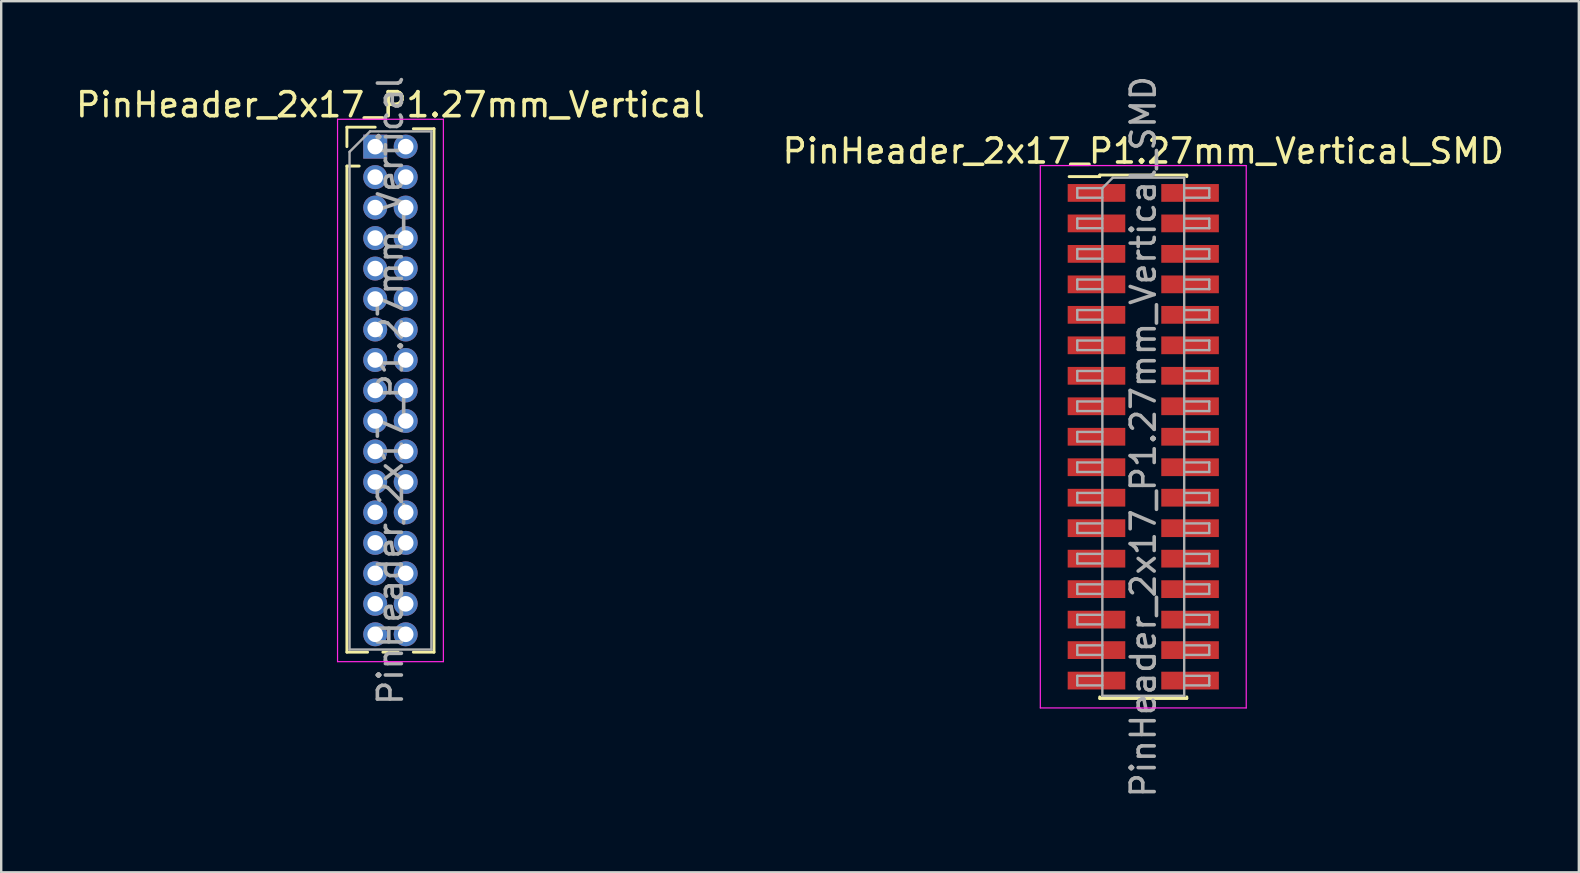
<source format=kicad_pcb>
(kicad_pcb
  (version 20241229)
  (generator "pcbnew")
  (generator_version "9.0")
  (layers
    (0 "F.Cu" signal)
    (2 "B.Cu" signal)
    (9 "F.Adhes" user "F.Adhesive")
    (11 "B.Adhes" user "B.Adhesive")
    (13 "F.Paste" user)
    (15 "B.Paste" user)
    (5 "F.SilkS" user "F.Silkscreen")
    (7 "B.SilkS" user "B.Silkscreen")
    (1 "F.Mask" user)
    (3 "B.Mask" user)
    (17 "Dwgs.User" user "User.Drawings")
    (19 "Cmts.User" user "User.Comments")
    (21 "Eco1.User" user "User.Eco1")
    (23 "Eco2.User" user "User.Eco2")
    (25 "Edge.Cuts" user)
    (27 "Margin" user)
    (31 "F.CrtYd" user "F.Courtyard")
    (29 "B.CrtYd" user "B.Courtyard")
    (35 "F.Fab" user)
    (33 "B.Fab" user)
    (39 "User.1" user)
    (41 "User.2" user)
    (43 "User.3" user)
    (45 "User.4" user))
  (footprint "PinHeader_2x17_P1.27mm_Vertical"
    (layer "F.Cu")
    (at 12.585 3.06)
    (property "Reference" "PinHeader_2x17_P1.27mm_Vertical" (at 0.635 -1.745 0) (layer "F.SilkS") (effects (font (size 1 1) (thickness 0.15))))
    (attr through_hole)
    (fp_line (start -1.18 -0.81) (end 0 -0.81) (stroke (width 0.12) (type solid)) (layer "F.SilkS"))
    (fp_line (start -1.18 0) (end -1.18 -0.81) (stroke (width 0.12) (type solid)) (layer "F.SilkS"))
    (fp_line (start -1.18 0.81) (end -1.18 21.065) (stroke (width 0.12) (type solid)) (layer "F.SilkS"))
    (fp_line (start -1.18 0.81) (end -0.667 0.81) (stroke (width 0.12) (type solid)) (layer "F.SilkS"))
    (fp_line (start -1.18 21.065) (end -0.318 21.065) (stroke (width 0.12) (type solid)) (layer "F.SilkS"))
    (fp_line (start 0.318 21.065) (end 0.952 21.065) (stroke (width 0.12) (type solid)) (layer "F.SilkS"))
    (fp_line (start 1.588 -0.745) (end 2.45 -0.745) (stroke (width 0.12) (type solid)) (layer "F.SilkS"))
    (fp_line (start 1.588 21.065) (end 2.45 21.065) (stroke (width 0.12) (type solid)) (layer "F.SilkS"))
    (fp_line (start 2.45 -0.745) (end 2.45 21.065) (stroke (width 0.12) (type solid)) (layer "F.SilkS"))
    (fp_line (start -1.57 -1.14) (end -1.57 21.46) (stroke (width 0.05) (type solid)) (layer "F.CrtYd"))
    (fp_line (start -1.57 21.46) (end 2.84 21.46) (stroke (width 0.05) (type solid)) (layer "F.CrtYd"))
    (fp_line (start 2.84 -1.14) (end -1.57 -1.14) (stroke (width 0.05) (type solid)) (layer "F.CrtYd"))
    (fp_line (start 2.84 21.46) (end 2.84 -1.14) (stroke (width 0.05) (type solid)) (layer "F.CrtYd"))
    (fp_line (start -1.07 0.217) (end -0.217 -0.635) (stroke (width 0.1) (type solid)) (layer "F.Fab"))
    (fp_line (start -1.07 20.955) (end -1.07 0.217) (stroke (width 0.1) (type solid)) (layer "F.Fab"))
    (fp_line (start -0.217 -0.635) (end 2.34 -0.635) (stroke (width 0.1) (type solid)) (layer "F.Fab"))
    (fp_line (start 2.34 -0.635) (end 2.34 20.955) (stroke (width 0.1) (type solid)) (layer "F.Fab"))
    (fp_line (start 2.34 20.955) (end -1.07 20.955) (stroke (width 0.1) (type solid)) (layer "F.Fab"))
    (fp_text user "${REFERENCE}" (at 0.635 10.16 90) (layer "F.Fab") (effects (font (size 1 1) (thickness 0.15))))
    (pad "1" thru_hole rect (at 0 0) (size 1 1) (drill 0.65) (layers "*.Cu" "*.Mask"))
    (pad "2" thru_hole circle (at 1.27 0) (size 1 1) (drill 0.65) (layers "*.Cu" "*.Mask"))
    (pad "3" thru_hole circle (at 0 1.27) (size 1 1) (drill 0.65) (layers "*.Cu" "*.Mask"))
    (pad "4" thru_hole circle (at 1.27 1.27) (size 1 1) (drill 0.65) (layers "*.Cu" "*.Mask"))
    (pad "5" thru_hole circle (at 0 2.54) (size 1 1) (drill 0.65) (layers "*.Cu" "*.Mask"))
    (pad "6" thru_hole circle (at 1.27 2.54) (size 1 1) (drill 0.65) (layers "*.Cu" "*.Mask"))
    (pad "7" thru_hole circle (at 0 3.81) (size 1 1) (drill 0.65) (layers "*.Cu" "*.Mask"))
    (pad "8" thru_hole circle (at 1.27 3.81) (size 1 1) (drill 0.65) (layers "*.Cu" "*.Mask"))
    (pad "9" thru_hole circle (at 0 5.08) (size 1 1) (drill 0.65) (layers "*.Cu" "*.Mask"))
    (pad "10" thru_hole circle (at 1.27 5.08) (size 1 1) (drill 0.65) (layers "*.Cu" "*.Mask"))
    (pad "11" thru_hole circle (at 0 6.35) (size 1 1) (drill 0.65) (layers "*.Cu" "*.Mask"))
    (pad "12" thru_hole circle (at 1.27 6.35) (size 1 1) (drill 0.65) (layers "*.Cu" "*.Mask"))
    (pad "13" thru_hole circle (at 0 7.62) (size 1 1) (drill 0.65) (layers "*.Cu" "*.Mask"))
    (pad "14" thru_hole circle (at 1.27 7.62) (size 1 1) (drill 0.65) (layers "*.Cu" "*.Mask"))
    (pad "15" thru_hole circle (at 0 8.89) (size 1 1) (drill 0.65) (layers "*.Cu" "*.Mask"))
    (pad "16" thru_hole circle (at 1.27 8.89) (size 1 1) (drill 0.65) (layers "*.Cu" "*.Mask"))
    (pad "17" thru_hole circle (at 0 10.16) (size 1 1) (drill 0.65) (layers "*.Cu" "*.Mask"))
    (pad "18" thru_hole circle (at 1.27 10.16) (size 1 1) (drill 0.65) (layers "*.Cu" "*.Mask"))
    (pad "19" thru_hole circle (at 0 11.43) (size 1 1) (drill 0.65) (layers "*.Cu" "*.Mask"))
    (pad "20" thru_hole circle (at 1.27 11.43) (size 1 1) (drill 0.65) (layers "*.Cu" "*.Mask"))
    (pad "21" thru_hole circle (at 0 12.7) (size 1 1) (drill 0.65) (layers "*.Cu" "*.Mask"))
    (pad "22" thru_hole circle (at 1.27 12.7) (size 1 1) (drill 0.65) (layers "*.Cu" "*.Mask"))
    (pad "23" thru_hole circle (at 0 13.97) (size 1 1) (drill 0.65) (layers "*.Cu" "*.Mask"))
    (pad "24" thru_hole circle (at 1.27 13.97) (size 1 1) (drill 0.65) (layers "*.Cu" "*.Mask"))
    (pad "25" thru_hole circle (at 0 15.24) (size 1 1) (drill 0.65) (layers "*.Cu" "*.Mask"))
    (pad "26" thru_hole circle (at 1.27 15.24) (size 1 1) (drill 0.65) (layers "*.Cu" "*.Mask"))
    (pad "27" thru_hole circle (at 0 16.51) (size 1 1) (drill 0.65) (layers "*.Cu" "*.Mask"))
    (pad "28" thru_hole circle (at 1.27 16.51) (size 1 1) (drill 0.65) (layers "*.Cu" "*.Mask"))
    (pad "29" thru_hole circle (at 0 17.78) (size 1 1) (drill 0.65) (layers "*.Cu" "*.Mask"))
    (pad "30" thru_hole circle (at 1.27 17.78) (size 1 1) (drill 0.65) (layers "*.Cu" "*.Mask"))
    (pad "31" thru_hole circle (at 0 19.05) (size 1 1) (drill 0.65) (layers "*.Cu" "*.Mask"))
    (pad "32" thru_hole circle (at 1.27 19.05) (size 1 1) (drill 0.65) (layers "*.Cu" "*.Mask"))
    (pad "33" thru_hole circle (at 0 20.32) (size 1 1) (drill 0.65) (layers "*.Cu" "*.Mask"))
    (pad "34" thru_hole circle (at 1.27 20.32) (size 1 1) (drill 0.65) (layers "*.Cu" "*.Mask")))
  (footprint "PinHeader_2x17_P1.27mm_Vertical_SMD"
    (layer "F.Cu")
    (at 44.589 15.149)
    (property "Reference" "PinHeader_2x17_P1.27mm_Vertical_SMD" (at 0 -11.905 0) (layer "F.SilkS") (effects (font (size 1 1) (thickness 0.15))))
    (attr smd)
    (fp_line (start -3.09 -10.84) (end -1.815 -10.84) (stroke (width 0.12) (type solid)) (layer "F.SilkS"))
    (fp_line (start -1.815 -10.905) (end -1.815 -10.84) (stroke (width 0.12) (type solid)) (layer "F.SilkS"))
    (fp_line (start -1.815 -10.905) (end 1.815 -10.905) (stroke (width 0.12) (type solid)) (layer "F.SilkS"))
    (fp_line (start -1.815 10.84) (end -1.815 10.905) (stroke (width 0.12) (type solid)) (layer "F.SilkS"))
    (fp_line (start -1.815 10.905) (end 1.815 10.905) (stroke (width 0.12) (type solid)) (layer "F.SilkS"))
    (fp_line (start 1.815 -10.905) (end 1.815 -10.84) (stroke (width 0.12) (type solid)) (layer "F.SilkS"))
    (fp_line (start 1.815 10.84) (end 1.815 10.905) (stroke (width 0.12) (type solid)) (layer "F.SilkS"))
    (fp_line (start -4.29 -11.3) (end -4.29 11.3) (stroke (width 0.05) (type solid)) (layer "F.CrtYd"))
    (fp_line (start -4.29 11.3) (end 4.29 11.3) (stroke (width 0.05) (type solid)) (layer "F.CrtYd"))
    (fp_line (start 4.29 -11.3) (end -4.29 -11.3) (stroke (width 0.05) (type solid)) (layer "F.CrtYd"))
    (fp_line (start 4.29 11.3) (end 4.29 -11.3) (stroke (width 0.05) (type solid)) (layer "F.CrtYd"))
    (fp_line (start -2.75 -10.36) (end -2.75 -9.96) (stroke (width 0.1) (type solid)) (layer "F.Fab"))
    (fp_line (start -2.75 -9.96) (end -1.705 -9.96) (stroke (width 0.1) (type solid)) (layer "F.Fab"))
    (fp_line (start -2.75 -9.09) (end -2.75 -8.69) (stroke (width 0.1) (type solid)) (layer "F.Fab"))
    (fp_line (start -2.75 -8.69) (end -1.705 -8.69) (stroke (width 0.1) (type solid)) (layer "F.Fab"))
    (fp_line (start -2.75 -7.82) (end -2.75 -7.42) (stroke (width 0.1) (type solid)) (layer "F.Fab"))
    (fp_line (start -2.75 -7.42) (end -1.705 -7.42) (stroke (width 0.1) (type solid)) (layer "F.Fab"))
    (fp_line (start -2.75 -6.55) (end -2.75 -6.15) (stroke (width 0.1) (type solid)) (layer "F.Fab"))
    (fp_line (start -2.75 -6.15) (end -1.705 -6.15) (stroke (width 0.1) (type solid)) (layer "F.Fab"))
    (fp_line (start -2.75 -5.28) (end -2.75 -4.88) (stroke (width 0.1) (type solid)) (layer "F.Fab"))
    (fp_line (start -2.75 -4.88) (end -1.705 -4.88) (stroke (width 0.1) (type solid)) (layer "F.Fab"))
    (fp_line (start -2.75 -4.01) (end -2.75 -3.61) (stroke (width 0.1) (type solid)) (layer "F.Fab"))
    (fp_line (start -2.75 -3.61) (end -1.705 -3.61) (stroke (width 0.1) (type solid)) (layer "F.Fab"))
    (fp_line (start -2.75 -2.74) (end -2.75 -2.34) (stroke (width 0.1) (type solid)) (layer "F.Fab"))
    (fp_line (start -2.75 -2.34) (end -1.705 -2.34) (stroke (width 0.1) (type solid)) (layer "F.Fab"))
    (fp_line (start -2.75 -1.47) (end -2.75 -1.07) (stroke (width 0.1) (type solid)) (layer "F.Fab"))
    (fp_line (start -2.75 -1.07) (end -1.705 -1.07) (stroke (width 0.1) (type solid)) (layer "F.Fab"))
    (fp_line (start -2.75 -0.2) (end -2.75 0.2) (stroke (width 0.1) (type solid)) (layer "F.Fab"))
    (fp_line (start -2.75 0.2) (end -1.705 0.2) (stroke (width 0.1) (type solid)) (layer "F.Fab"))
    (fp_line (start -2.75 1.07) (end -2.75 1.47) (stroke (width 0.1) (type solid)) (layer "F.Fab"))
    (fp_line (start -2.75 1.47) (end -1.705 1.47) (stroke (width 0.1) (type solid)) (layer "F.Fab"))
    (fp_line (start -2.75 2.34) (end -2.75 2.74) (stroke (width 0.1) (type solid)) (layer "F.Fab"))
    (fp_line (start -2.75 2.74) (end -1.705 2.74) (stroke (width 0.1) (type solid)) (layer "F.Fab"))
    (fp_line (start -2.75 3.61) (end -2.75 4.01) (stroke (width 0.1) (type solid)) (layer "F.Fab"))
    (fp_line (start -2.75 4.01) (end -1.705 4.01) (stroke (width 0.1) (type solid)) (layer "F.Fab"))
    (fp_line (start -2.75 4.88) (end -2.75 5.28) (stroke (width 0.1) (type solid)) (layer "F.Fab"))
    (fp_line (start -2.75 5.28) (end -1.705 5.28) (stroke (width 0.1) (type solid)) (layer "F.Fab"))
    (fp_line (start -2.75 6.15) (end -2.75 6.55) (stroke (width 0.1) (type solid)) (layer "F.Fab"))
    (fp_line (start -2.75 6.55) (end -1.705 6.55) (stroke (width 0.1) (type solid)) (layer "F.Fab"))
    (fp_line (start -2.75 7.42) (end -2.75 7.82) (stroke (width 0.1) (type solid)) (layer "F.Fab"))
    (fp_line (start -2.75 7.82) (end -1.705 7.82) (stroke (width 0.1) (type solid)) (layer "F.Fab"))
    (fp_line (start -2.75 8.69) (end -2.75 9.09) (stroke (width 0.1) (type solid)) (layer "F.Fab"))
    (fp_line (start -2.75 9.09) (end -1.705 9.09) (stroke (width 0.1) (type solid)) (layer "F.Fab"))
    (fp_line (start -2.75 9.96) (end -2.75 10.36) (stroke (width 0.1) (type solid)) (layer "F.Fab"))
    (fp_line (start -2.75 10.36) (end -1.705 10.36) (stroke (width 0.1) (type solid)) (layer "F.Fab"))
    (fp_line (start -1.705 -10.36) (end -2.75 -10.36) (stroke (width 0.1) (type solid)) (layer "F.Fab"))
    (fp_line (start -1.705 -10.36) (end -1.27 -10.795) (stroke (width 0.1) (type solid)) (layer "F.Fab"))
    (fp_line (start -1.705 -9.09) (end -2.75 -9.09) (stroke (width 0.1) (type solid)) (layer "F.Fab"))
    (fp_line (start -1.705 -7.82) (end -2.75 -7.82) (stroke (width 0.1) (type solid)) (layer "F.Fab"))
    (fp_line (start -1.705 -6.55) (end -2.75 -6.55) (stroke (width 0.1) (type solid)) (layer "F.Fab"))
    (fp_line (start -1.705 -5.28) (end -2.75 -5.28) (stroke (width 0.1) (type solid)) (layer "F.Fab"))
    (fp_line (start -1.705 -4.01) (end -2.75 -4.01) (stroke (width 0.1) (type solid)) (layer "F.Fab"))
    (fp_line (start -1.705 -2.74) (end -2.75 -2.74) (stroke (width 0.1) (type solid)) (layer "F.Fab"))
    (fp_line (start -1.705 -1.47) (end -2.75 -1.47) (stroke (width 0.1) (type solid)) (layer "F.Fab"))
    (fp_line (start -1.705 -0.2) (end -2.75 -0.2) (stroke (width 0.1) (type solid)) (layer "F.Fab"))
    (fp_line (start -1.705 1.07) (end -2.75 1.07) (stroke (width 0.1) (type solid)) (layer "F.Fab"))
    (fp_line (start -1.705 2.34) (end -2.75 2.34) (stroke (width 0.1) (type solid)) (layer "F.Fab"))
    (fp_line (start -1.705 3.61) (end -2.75 3.61) (stroke (width 0.1) (type solid)) (layer "F.Fab"))
    (fp_line (start -1.705 4.88) (end -2.75 4.88) (stroke (width 0.1) (type solid)) (layer "F.Fab"))
    (fp_line (start -1.705 6.15) (end -2.75 6.15) (stroke (width 0.1) (type solid)) (layer "F.Fab"))
    (fp_line (start -1.705 7.42) (end -2.75 7.42) (stroke (width 0.1) (type solid)) (layer "F.Fab"))
    (fp_line (start -1.705 8.69) (end -2.75 8.69) (stroke (width 0.1) (type solid)) (layer "F.Fab"))
    (fp_line (start -1.705 9.96) (end -2.75 9.96) (stroke (width 0.1) (type solid)) (layer "F.Fab"))
    (fp_line (start -1.705 10.795) (end -1.705 -10.36) (stroke (width 0.1) (type solid)) (layer "F.Fab"))
    (fp_line (start -1.27 -10.795) (end 1.705 -10.795) (stroke (width 0.1) (type solid)) (layer "F.Fab"))
    (fp_line (start 1.705 -10.795) (end 1.705 10.795) (stroke (width 0.1) (type solid)) (layer "F.Fab"))
    (fp_line (start 1.705 -10.36) (end 2.75 -10.36) (stroke (width 0.1) (type solid)) (layer "F.Fab"))
    (fp_line (start 1.705 -9.09) (end 2.75 -9.09) (stroke (width 0.1) (type solid)) (layer "F.Fab"))
    (fp_line (start 1.705 -7.82) (end 2.75 -7.82) (stroke (width 0.1) (type solid)) (layer "F.Fab"))
    (fp_line (start 1.705 -6.55) (end 2.75 -6.55) (stroke (width 0.1) (type solid)) (layer "F.Fab"))
    (fp_line (start 1.705 -5.28) (end 2.75 -5.28) (stroke (width 0.1) (type solid)) (layer "F.Fab"))
    (fp_line (start 1.705 -4.01) (end 2.75 -4.01) (stroke (width 0.1) (type solid)) (layer "F.Fab"))
    (fp_line (start 1.705 -2.74) (end 2.75 -2.74) (stroke (width 0.1) (type solid)) (layer "F.Fab"))
    (fp_line (start 1.705 -1.47) (end 2.75 -1.47) (stroke (width 0.1) (type solid)) (layer "F.Fab"))
    (fp_line (start 1.705 -0.2) (end 2.75 -0.2) (stroke (width 0.1) (type solid)) (layer "F.Fab"))
    (fp_line (start 1.705 1.07) (end 2.75 1.07) (stroke (width 0.1) (type solid)) (layer "F.Fab"))
    (fp_line (start 1.705 2.34) (end 2.75 2.34) (stroke (width 0.1) (type solid)) (layer "F.Fab"))
    (fp_line (start 1.705 3.61) (end 2.75 3.61) (stroke (width 0.1) (type solid)) (layer "F.Fab"))
    (fp_line (start 1.705 4.88) (end 2.75 4.88) (stroke (width 0.1) (type solid)) (layer "F.Fab"))
    (fp_line (start 1.705 6.15) (end 2.75 6.15) (stroke (width 0.1) (type solid)) (layer "F.Fab"))
    (fp_line (start 1.705 7.42) (end 2.75 7.42) (stroke (width 0.1) (type solid)) (layer "F.Fab"))
    (fp_line (start 1.705 8.69) (end 2.75 8.69) (stroke (width 0.1) (type solid)) (layer "F.Fab"))
    (fp_line (start 1.705 9.96) (end 2.75 9.96) (stroke (width 0.1) (type solid)) (layer "F.Fab"))
    (fp_line (start 1.705 10.795) (end -1.705 10.795) (stroke (width 0.1) (type solid)) (layer "F.Fab"))
    (fp_line (start 2.75 -10.36) (end 2.75 -9.96) (stroke (width 0.1) (type solid)) (layer "F.Fab"))
    (fp_line (start 2.75 -9.96) (end 1.705 -9.96) (stroke (width 0.1) (type solid)) (layer "F.Fab"))
    (fp_line (start 2.75 -9.09) (end 2.75 -8.69) (stroke (width 0.1) (type solid)) (layer "F.Fab"))
    (fp_line (start 2.75 -8.69) (end 1.705 -8.69) (stroke (width 0.1) (type solid)) (layer "F.Fab"))
    (fp_line (start 2.75 -7.82) (end 2.75 -7.42) (stroke (width 0.1) (type solid)) (layer "F.Fab"))
    (fp_line (start 2.75 -7.42) (end 1.705 -7.42) (stroke (width 0.1) (type solid)) (layer "F.Fab"))
    (fp_line (start 2.75 -6.55) (end 2.75 -6.15) (stroke (width 0.1) (type solid)) (layer "F.Fab"))
    (fp_line (start 2.75 -6.15) (end 1.705 -6.15) (stroke (width 0.1) (type solid)) (layer "F.Fab"))
    (fp_line (start 2.75 -5.28) (end 2.75 -4.88) (stroke (width 0.1) (type solid)) (layer "F.Fab"))
    (fp_line (start 2.75 -4.88) (end 1.705 -4.88) (stroke (width 0.1) (type solid)) (layer "F.Fab"))
    (fp_line (start 2.75 -4.01) (end 2.75 -3.61) (stroke (width 0.1) (type solid)) (layer "F.Fab"))
    (fp_line (start 2.75 -3.61) (end 1.705 -3.61) (stroke (width 0.1) (type solid)) (layer "F.Fab"))
    (fp_line (start 2.75 -2.74) (end 2.75 -2.34) (stroke (width 0.1) (type solid)) (layer "F.Fab"))
    (fp_line (start 2.75 -2.34) (end 1.705 -2.34) (stroke (width 0.1) (type solid)) (layer "F.Fab"))
    (fp_line (start 2.75 -1.47) (end 2.75 -1.07) (stroke (width 0.1) (type solid)) (layer "F.Fab"))
    (fp_line (start 2.75 -1.07) (end 1.705 -1.07) (stroke (width 0.1) (type solid)) (layer "F.Fab"))
    (fp_line (start 2.75 -0.2) (end 2.75 0.2) (stroke (width 0.1) (type solid)) (layer "F.Fab"))
    (fp_line (start 2.75 0.2) (end 1.705 0.2) (stroke (width 0.1) (type solid)) (layer "F.Fab"))
    (fp_line (start 2.75 1.07) (end 2.75 1.47) (stroke (width 0.1) (type solid)) (layer "F.Fab"))
    (fp_line (start 2.75 1.47) (end 1.705 1.47) (stroke (width 0.1) (type solid)) (layer "F.Fab"))
    (fp_line (start 2.75 2.34) (end 2.75 2.74) (stroke (width 0.1) (type solid)) (layer "F.Fab"))
    (fp_line (start 2.75 2.74) (end 1.705 2.74) (stroke (width 0.1) (type solid)) (layer "F.Fab"))
    (fp_line (start 2.75 3.61) (end 2.75 4.01) (stroke (width 0.1) (type solid)) (layer "F.Fab"))
    (fp_line (start 2.75 4.01) (end 1.705 4.01) (stroke (width 0.1) (type solid)) (layer "F.Fab"))
    (fp_line (start 2.75 4.88) (end 2.75 5.28) (stroke (width 0.1) (type solid)) (layer "F.Fab"))
    (fp_line (start 2.75 5.28) (end 1.705 5.28) (stroke (width 0.1) (type solid)) (layer "F.Fab"))
    (fp_line (start 2.75 6.15) (end 2.75 6.55) (stroke (width 0.1) (type solid)) (layer "F.Fab"))
    (fp_line (start 2.75 6.55) (end 1.705 6.55) (stroke (width 0.1) (type solid)) (layer "F.Fab"))
    (fp_line (start 2.75 7.42) (end 2.75 7.82) (stroke (width 0.1) (type solid)) (layer "F.Fab"))
    (fp_line (start 2.75 7.82) (end 1.705 7.82) (stroke (width 0.1) (type solid)) (layer "F.Fab"))
    (fp_line (start 2.75 8.69) (end 2.75 9.09) (stroke (width 0.1) (type solid)) (layer "F.Fab"))
    (fp_line (start 2.75 9.09) (end 1.705 9.09) (stroke (width 0.1) (type solid)) (layer "F.Fab"))
    (fp_line (start 2.75 9.96) (end 2.75 10.36) (stroke (width 0.1) (type solid)) (layer "F.Fab"))
    (fp_line (start 2.75 10.36) (end 1.705 10.36) (stroke (width 0.1) (type solid)) (layer "F.Fab"))
    (fp_text user "${REFERENCE}" (at 0 0 90) (layer "F.Fab") (effects (font (size 1 1) (thickness 0.15))))
    (pad "1" smd rect (at -1.95 -10.16) (size 2.4 0.74) (layers "F.Cu" "F.Mask" "F.Paste"))
    (pad "2" smd rect (at 1.95 -10.16) (size 2.4 0.74) (layers "F.Cu" "F.Mask" "F.Paste"))
    (pad "3" smd rect (at -1.95 -8.89) (size 2.4 0.74) (layers "F.Cu" "F.Mask" "F.Paste"))
    (pad "4" smd rect (at 1.95 -8.89) (size 2.4 0.74) (layers "F.Cu" "F.Mask" "F.Paste"))
    (pad "5" smd rect (at -1.95 -7.62) (size 2.4 0.74) (layers "F.Cu" "F.Mask" "F.Paste"))
    (pad "6" smd rect (at 1.95 -7.62) (size 2.4 0.74) (layers "F.Cu" "F.Mask" "F.Paste"))
    (pad "7" smd rect (at -1.95 -6.35) (size 2.4 0.74) (layers "F.Cu" "F.Mask" "F.Paste"))
    (pad "8" smd rect (at 1.95 -6.35) (size 2.4 0.74) (layers "F.Cu" "F.Mask" "F.Paste"))
    (pad "9" smd rect (at -1.95 -5.08) (size 2.4 0.74) (layers "F.Cu" "F.Mask" "F.Paste"))
    (pad "10" smd rect (at 1.95 -5.08) (size 2.4 0.74) (layers "F.Cu" "F.Mask" "F.Paste"))
    (pad "11" smd rect (at -1.95 -3.81) (size 2.4 0.74) (layers "F.Cu" "F.Mask" "F.Paste"))
    (pad "12" smd rect (at 1.95 -3.81) (size 2.4 0.74) (layers "F.Cu" "F.Mask" "F.Paste"))
    (pad "13" smd rect (at -1.95 -2.54) (size 2.4 0.74) (layers "F.Cu" "F.Mask" "F.Paste"))
    (pad "14" smd rect (at 1.95 -2.54) (size 2.4 0.74) (layers "F.Cu" "F.Mask" "F.Paste"))
    (pad "15" smd rect (at -1.95 -1.27) (size 2.4 0.74) (layers "F.Cu" "F.Mask" "F.Paste"))
    (pad "16" smd rect (at 1.95 -1.27) (size 2.4 0.74) (layers "F.Cu" "F.Mask" "F.Paste"))
    (pad "17" smd rect (at -1.95 0) (size 2.4 0.74) (layers "F.Cu" "F.Mask" "F.Paste"))
    (pad "18" smd rect (at 1.95 0) (size 2.4 0.74) (layers "F.Cu" "F.Mask" "F.Paste"))
    (pad "19" smd rect (at -1.95 1.27) (size 2.4 0.74) (layers "F.Cu" "F.Mask" "F.Paste"))
    (pad "20" smd rect (at 1.95 1.27) (size 2.4 0.74) (layers "F.Cu" "F.Mask" "F.Paste"))
    (pad "21" smd rect (at -1.95 2.54) (size 2.4 0.74) (layers "F.Cu" "F.Mask" "F.Paste"))
    (pad "22" smd rect (at 1.95 2.54) (size 2.4 0.74) (layers "F.Cu" "F.Mask" "F.Paste"))
    (pad "23" smd rect (at -1.95 3.81) (size 2.4 0.74) (layers "F.Cu" "F.Mask" "F.Paste"))
    (pad "24" smd rect (at 1.95 3.81) (size 2.4 0.74) (layers "F.Cu" "F.Mask" "F.Paste"))
    (pad "25" smd rect (at -1.95 5.08) (size 2.4 0.74) (layers "F.Cu" "F.Mask" "F.Paste"))
    (pad "26" smd rect (at 1.95 5.08) (size 2.4 0.74) (layers "F.Cu" "F.Mask" "F.Paste"))
    (pad "27" smd rect (at -1.95 6.35) (size 2.4 0.74) (layers "F.Cu" "F.Mask" "F.Paste"))
    (pad "28" smd rect (at 1.95 6.35) (size 2.4 0.74) (layers "F.Cu" "F.Mask" "F.Paste"))
    (pad "29" smd rect (at -1.95 7.62) (size 2.4 0.74) (layers "F.Cu" "F.Mask" "F.Paste"))
    (pad "30" smd rect (at 1.95 7.62) (size 2.4 0.74) (layers "F.Cu" "F.Mask" "F.Paste"))
    (pad "31" smd rect (at -1.95 8.89) (size 2.4 0.74) (layers "F.Cu" "F.Mask" "F.Paste"))
    (pad "32" smd rect (at 1.95 8.89) (size 2.4 0.74) (layers "F.Cu" "F.Mask" "F.Paste"))
    (pad "33" smd rect (at -1.95 10.16) (size 2.4 0.74) (layers "F.Cu" "F.Mask" "F.Paste"))
    (pad "34" smd rect (at 1.95 10.16) (size 2.4 0.74) (layers "F.Cu" "F.Mask" "F.Paste")))
  (gr_rect
    (start -3 -3)
    (end 62.738 33.298)
    (stroke (width 0.1) (type default))
    (fill no)
    (layer "Edge.Cuts")))
</source>
